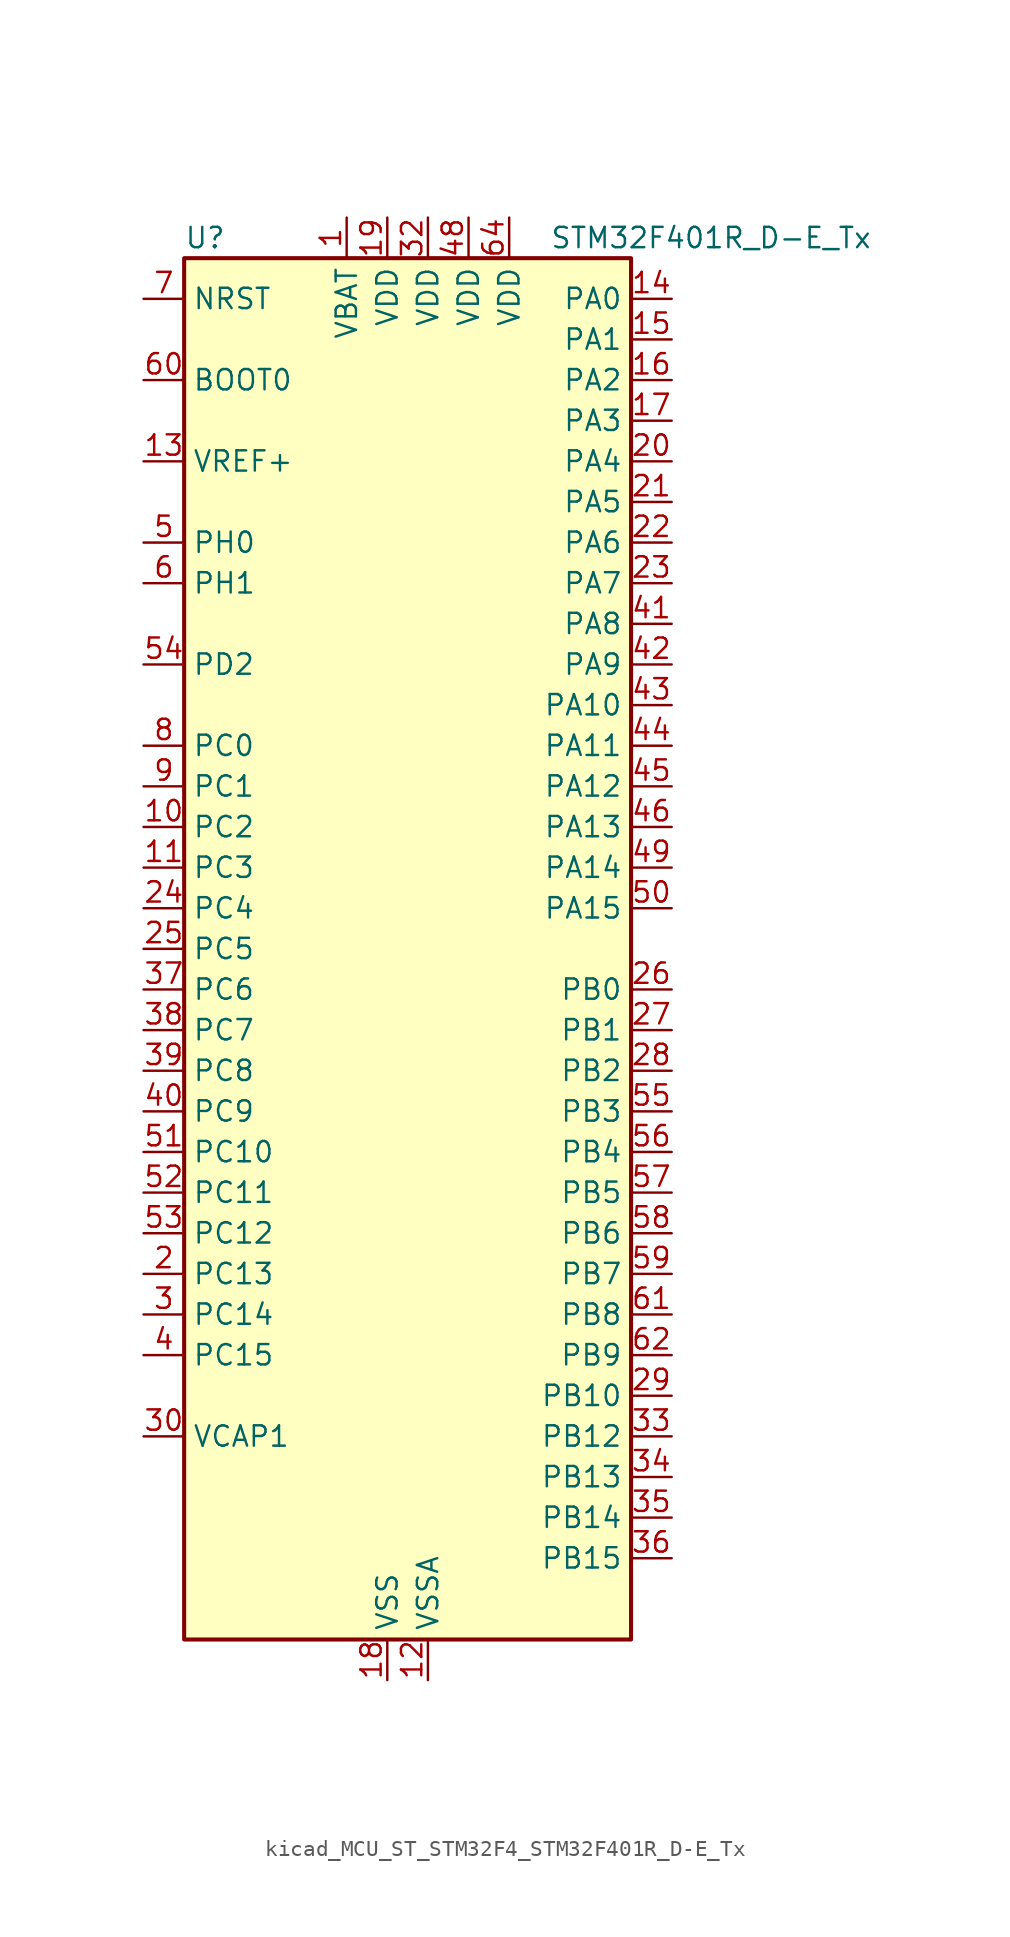
<source format=kicad_sym>
(kicad_symbol_lib
  (version 20220914)
  (generator kicad_symbol_editor)
  (symbol "kicad_MCU_ST_STM32F4_STM32F401R_D-E_Tx"
    (property "Reference" "U"
      (at -12.7 44.45 0)
      (effects (font (size 1.27 1.27)) (justify left)))
    (property "Value" "STM32F401R_D-E_Tx"
      (at 10.16 44.45 0)
      (effects (font (size 1.27 1.27)) (justify left)))
    (property "ki_locked" ""
      (at 0 0 0)
      (effects (font (size 1.27 1.27))))
    (symbol "kicad_MCU_ST_STM32F4_STM32F401R_D-E_Tx_0_1"
      (rectangle (start -12.7 -43.18) (end 15.24 43.18) (stroke (width 0.254) (type default)) (fill (type background))))
    (symbol "kicad_MCU_ST_STM32F4_STM32F401R_D-E_Tx_1_1"
      (pin power_in line (at -2.54 45.72 270) (length 2.54) (name "VBAT" (effects (font (size 1.27 1.27)))) (number "1" (effects (font (size 1.27 1.27)))))
      (pin bidirectional line (at -15.24 7.62 0) (length 2.54) (name "PC2" (effects (font (size 1.27 1.27)))) (number "10" (effects (font (size 1.27 1.27)))) (alternate "ADC1_IN12" bidirectional line) (alternate "I2S2_ext_SD" bidirectional line) (alternate "SPI2_MISO" bidirectional line))
      (pin bidirectional line (at -15.24 5.08 0) (length 2.54) (name "PC3" (effects (font (size 1.27 1.27)))) (number "11" (effects (font (size 1.27 1.27)))) (alternate "ADC1_IN13" bidirectional line) (alternate "I2S2_SD" bidirectional line) (alternate "SPI2_MOSI" bidirectional line))
      (pin power_in line (at 2.54 -45.72 90) (length 2.54) (name "VSSA" (effects (font (size 1.27 1.27)))) (number "12" (effects (font (size 1.27 1.27)))))
      (pin input line (at -15.24 30.48 0) (length 2.54) (name "VREF+" (effects (font (size 1.27 1.27)))) (number "13" (effects (font (size 1.27 1.27)))))
      (pin bidirectional line (at 17.78 40.64 180) (length 2.54) (name "PA0" (effects (font (size 1.27 1.27)))) (number "14" (effects (font (size 1.27 1.27)))) (alternate "ADC1_IN0" bidirectional line) (alternate "SYS_WKUP" bidirectional line) (alternate "TIM2_CH1" bidirectional line) (alternate "TIM2_ETR" bidirectional line) (alternate "TIM5_CH1" bidirectional line) (alternate "USART2_CTS" bidirectional line))
      (pin bidirectional line (at 17.78 38.1 180) (length 2.54) (name "PA1" (effects (font (size 1.27 1.27)))) (number "15" (effects (font (size 1.27 1.27)))) (alternate "ADC1_IN1" bidirectional line) (alternate "TIM2_CH2" bidirectional line) (alternate "TIM5_CH2" bidirectional line) (alternate "USART2_RTS" bidirectional line))
      (pin bidirectional line (at 17.78 35.56 180) (length 2.54) (name "PA2" (effects (font (size 1.27 1.27)))) (number "16" (effects (font (size 1.27 1.27)))) (alternate "ADC1_IN2" bidirectional line) (alternate "TIM2_CH3" bidirectional line) (alternate "TIM5_CH3" bidirectional line) (alternate "TIM9_CH1" bidirectional line) (alternate "USART2_TX" bidirectional line))
      (pin bidirectional line (at 17.78 33.02 180) (length 2.54) (name "PA3" (effects (font (size 1.27 1.27)))) (number "17" (effects (font (size 1.27 1.27)))) (alternate "ADC1_IN3" bidirectional line) (alternate "TIM2_CH4" bidirectional line) (alternate "TIM5_CH4" bidirectional line) (alternate "TIM9_CH2" bidirectional line) (alternate "USART2_RX" bidirectional line))
      (pin power_in line (at 0 -45.72 90) (length 2.54) (name "VSS" (effects (font (size 1.27 1.27)))) (number "18" (effects (font (size 1.27 1.27)))))
      (pin power_in line (at 0 45.72 270) (length 2.54) (name "VDD" (effects (font (size 1.27 1.27)))) (number "19" (effects (font (size 1.27 1.27)))))
      (pin bidirectional line (at -15.24 -20.32 0) (length 2.54) (name "PC13" (effects (font (size 1.27 1.27)))) (number "2" (effects (font (size 1.27 1.27)))) (alternate "RTC_AF1" bidirectional line))
      (pin bidirectional line (at 17.78 30.48 180) (length 2.54) (name "PA4" (effects (font (size 1.27 1.27)))) (number "20" (effects (font (size 1.27 1.27)))) (alternate "ADC1_IN4" bidirectional line) (alternate "I2S3_WS" bidirectional line) (alternate "SPI1_NSS" bidirectional line) (alternate "SPI3_NSS" bidirectional line) (alternate "USART2_CK" bidirectional line))
      (pin bidirectional line (at 17.78 27.94 180) (length 2.54) (name "PA5" (effects (font (size 1.27 1.27)))) (number "21" (effects (font (size 1.27 1.27)))) (alternate "ADC1_IN5" bidirectional line) (alternate "SPI1_SCK" bidirectional line) (alternate "TIM2_CH1" bidirectional line) (alternate "TIM2_ETR" bidirectional line))
      (pin bidirectional line (at 17.78 25.4 180) (length 2.54) (name "PA6" (effects (font (size 1.27 1.27)))) (number "22" (effects (font (size 1.27 1.27)))) (alternate "ADC1_IN6" bidirectional line) (alternate "SPI1_MISO" bidirectional line) (alternate "TIM1_BKIN" bidirectional line) (alternate "TIM3_CH1" bidirectional line))
      (pin bidirectional line (at 17.78 22.86 180) (length 2.54) (name "PA7" (effects (font (size 1.27 1.27)))) (number "23" (effects (font (size 1.27 1.27)))) (alternate "ADC1_IN7" bidirectional line) (alternate "SPI1_MOSI" bidirectional line) (alternate "TIM1_CH1N" bidirectional line) (alternate "TIM3_CH2" bidirectional line))
      (pin bidirectional line (at -15.24 2.54 0) (length 2.54) (name "PC4" (effects (font (size 1.27 1.27)))) (number "24" (effects (font (size 1.27 1.27)))) (alternate "ADC1_IN14" bidirectional line))
      (pin bidirectional line (at -15.24 0 0) (length 2.54) (name "PC5" (effects (font (size 1.27 1.27)))) (number "25" (effects (font (size 1.27 1.27)))) (alternate "ADC1_IN15" bidirectional line))
      (pin bidirectional line (at 17.78 -2.54 180) (length 2.54) (name "PB0" (effects (font (size 1.27 1.27)))) (number "26" (effects (font (size 1.27 1.27)))) (alternate "ADC1_IN8" bidirectional line) (alternate "TIM1_CH2N" bidirectional line) (alternate "TIM3_CH3" bidirectional line))
      (pin bidirectional line (at 17.78 -5.08 180) (length 2.54) (name "PB1" (effects (font (size 1.27 1.27)))) (number "27" (effects (font (size 1.27 1.27)))) (alternate "ADC1_IN9" bidirectional line) (alternate "TIM1_CH3N" bidirectional line) (alternate "TIM3_CH4" bidirectional line))
      (pin bidirectional line (at 17.78 -7.62 180) (length 2.54) (name "PB2" (effects (font (size 1.27 1.27)))) (number "28" (effects (font (size 1.27 1.27)))))
      (pin bidirectional line (at 17.78 -27.94 180) (length 2.54) (name "PB10" (effects (font (size 1.27 1.27)))) (number "29" (effects (font (size 1.27 1.27)))) (alternate "I2C2_SCL" bidirectional line) (alternate "I2S2_CK" bidirectional line) (alternate "SPI2_SCK" bidirectional line) (alternate "TIM2_CH3" bidirectional line))
      (pin bidirectional line (at -15.24 -22.86 0) (length 2.54) (name "PC14" (effects (font (size 1.27 1.27)))) (number "3" (effects (font (size 1.27 1.27)))) (alternate "RCC_OSC32_IN" bidirectional line))
      (pin power_out line (at -15.24 -30.48 0) (length 2.54) (name "VCAP1" (effects (font (size 1.27 1.27)))) (number "30" (effects (font (size 1.27 1.27)))))
      (pin passive line (at 0 -45.72 90) (length 2.54) hide (name "VSS" (effects (font (size 1.27 1.27)))) (number "31" (effects (font (size 1.27 1.27)))))
      (pin power_in line (at 2.54 45.72 270) (length 2.54) (name "VDD" (effects (font (size 1.27 1.27)))) (number "32" (effects (font (size 1.27 1.27)))))
      (pin bidirectional line (at 17.78 -30.48 180) (length 2.54) (name "PB12" (effects (font (size 1.27 1.27)))) (number "33" (effects (font (size 1.27 1.27)))) (alternate "I2C2_SMBA" bidirectional line) (alternate "I2S2_WS" bidirectional line) (alternate "SPI2_NSS" bidirectional line) (alternate "TIM1_BKIN" bidirectional line))
      (pin bidirectional line (at 17.78 -33.02 180) (length 2.54) (name "PB13" (effects (font (size 1.27 1.27)))) (number "34" (effects (font (size 1.27 1.27)))) (alternate "I2S2_CK" bidirectional line) (alternate "SPI2_SCK" bidirectional line) (alternate "TIM1_CH1N" bidirectional line))
      (pin bidirectional line (at 17.78 -35.56 180) (length 2.54) (name "PB14" (effects (font (size 1.27 1.27)))) (number "35" (effects (font (size 1.27 1.27)))) (alternate "I2S2_ext_SD" bidirectional line) (alternate "SPI2_MISO" bidirectional line) (alternate "TIM1_CH2N" bidirectional line))
      (pin bidirectional line (at 17.78 -38.1 180) (length 2.54) (name "PB15" (effects (font (size 1.27 1.27)))) (number "36" (effects (font (size 1.27 1.27)))) (alternate "ADC1_EXTI15" bidirectional line) (alternate "I2S2_SD" bidirectional line) (alternate "RTC_REFIN" bidirectional line) (alternate "SPI2_MOSI" bidirectional line) (alternate "TIM1_CH3N" bidirectional line))
      (pin bidirectional line (at -15.24 -2.54 0) (length 2.54) (name "PC6" (effects (font (size 1.27 1.27)))) (number "37" (effects (font (size 1.27 1.27)))) (alternate "I2S2_MCK" bidirectional line) (alternate "SDIO_D6" bidirectional line) (alternate "TIM3_CH1" bidirectional line) (alternate "USART6_TX" bidirectional line))
      (pin bidirectional line (at -15.24 -5.08 0) (length 2.54) (name "PC7" (effects (font (size 1.27 1.27)))) (number "38" (effects (font (size 1.27 1.27)))) (alternate "I2S3_MCK" bidirectional line) (alternate "SDIO_D7" bidirectional line) (alternate "TIM3_CH2" bidirectional line) (alternate "USART6_RX" bidirectional line))
      (pin bidirectional line (at -15.24 -7.62 0) (length 2.54) (name "PC8" (effects (font (size 1.27 1.27)))) (number "39" (effects (font (size 1.27 1.27)))) (alternate "SDIO_D0" bidirectional line) (alternate "TIM3_CH3" bidirectional line) (alternate "USART6_CK" bidirectional line))
      (pin bidirectional line (at -15.24 -25.4 0) (length 2.54) (name "PC15" (effects (font (size 1.27 1.27)))) (number "4" (effects (font (size 1.27 1.27)))) (alternate "ADC1_EXTI15" bidirectional line) (alternate "RCC_OSC32_OUT" bidirectional line))
      (pin bidirectional line (at -15.24 -10.16 0) (length 2.54) (name "PC9" (effects (font (size 1.27 1.27)))) (number "40" (effects (font (size 1.27 1.27)))) (alternate "I2C3_SDA" bidirectional line) (alternate "I2S_CKIN" bidirectional line) (alternate "RCC_MCO_2" bidirectional line) (alternate "SDIO_D1" bidirectional line) (alternate "TIM3_CH4" bidirectional line))
      (pin bidirectional line (at 17.78 20.32 180) (length 2.54) (name "PA8" (effects (font (size 1.27 1.27)))) (number "41" (effects (font (size 1.27 1.27)))) (alternate "I2C3_SCL" bidirectional line) (alternate "RCC_MCO_1" bidirectional line) (alternate "TIM1_CH1" bidirectional line) (alternate "USART1_CK" bidirectional line) (alternate "USB_OTG_FS_SOF" bidirectional line))
      (pin bidirectional line (at 17.78 17.78 180) (length 2.54) (name "PA9" (effects (font (size 1.27 1.27)))) (number "42" (effects (font (size 1.27 1.27)))) (alternate "I2C3_SMBA" bidirectional line) (alternate "TIM1_CH2" bidirectional line) (alternate "USART1_TX" bidirectional line) (alternate "USB_OTG_FS_VBUS" bidirectional line))
      (pin bidirectional line (at 17.78 15.24 180) (length 2.54) (name "PA10" (effects (font (size 1.27 1.27)))) (number "43" (effects (font (size 1.27 1.27)))) (alternate "TIM1_CH3" bidirectional line) (alternate "USART1_RX" bidirectional line) (alternate "USB_OTG_FS_ID" bidirectional line))
      (pin bidirectional line (at 17.78 12.7 180) (length 2.54) (name "PA11" (effects (font (size 1.27 1.27)))) (number "44" (effects (font (size 1.27 1.27)))) (alternate "ADC1_EXTI11" bidirectional line) (alternate "TIM1_CH4" bidirectional line) (alternate "USART1_CTS" bidirectional line) (alternate "USART6_TX" bidirectional line) (alternate "USB_OTG_FS_DM" bidirectional line))
      (pin bidirectional line (at 17.78 10.16 180) (length 2.54) (name "PA12" (effects (font (size 1.27 1.27)))) (number "45" (effects (font (size 1.27 1.27)))) (alternate "TIM1_ETR" bidirectional line) (alternate "USART1_RTS" bidirectional line) (alternate "USART6_RX" bidirectional line) (alternate "USB_OTG_FS_DP" bidirectional line))
      (pin bidirectional line (at 17.78 7.62 180) (length 2.54) (name "PA13" (effects (font (size 1.27 1.27)))) (number "46" (effects (font (size 1.27 1.27)))) (alternate "SYS_JTMS-SWDIO" bidirectional line))
      (pin passive line (at 0 -45.72 90) (length 2.54) hide (name "VSS" (effects (font (size 1.27 1.27)))) (number "47" (effects (font (size 1.27 1.27)))))
      (pin power_in line (at 5.08 45.72 270) (length 2.54) (name "VDD" (effects (font (size 1.27 1.27)))) (number "48" (effects (font (size 1.27 1.27)))))
      (pin bidirectional line (at 17.78 5.08 180) (length 2.54) (name "PA14" (effects (font (size 1.27 1.27)))) (number "49" (effects (font (size 1.27 1.27)))) (alternate "SYS_JTCK-SWCLK" bidirectional line))
      (pin bidirectional line (at -15.24 25.4 0) (length 2.54) (name "PH0" (effects (font (size 1.27 1.27)))) (number "5" (effects (font (size 1.27 1.27)))) (alternate "RCC_OSC_IN" bidirectional line))
      (pin bidirectional line (at 17.78 2.54 180) (length 2.54) (name "PA15" (effects (font (size 1.27 1.27)))) (number "50" (effects (font (size 1.27 1.27)))) (alternate "ADC1_EXTI15" bidirectional line) (alternate "I2S3_WS" bidirectional line) (alternate "SPI1_NSS" bidirectional line) (alternate "SPI3_NSS" bidirectional line) (alternate "SYS_JTDI" bidirectional line) (alternate "TIM2_CH1" bidirectional line) (alternate "TIM2_ETR" bidirectional line))
      (pin bidirectional line (at -15.24 -12.7 0) (length 2.54) (name "PC10" (effects (font (size 1.27 1.27)))) (number "51" (effects (font (size 1.27 1.27)))) (alternate "I2S3_CK" bidirectional line) (alternate "SDIO_D2" bidirectional line) (alternate "SPI3_SCK" bidirectional line))
      (pin bidirectional line (at -15.24 -15.24 0) (length 2.54) (name "PC11" (effects (font (size 1.27 1.27)))) (number "52" (effects (font (size 1.27 1.27)))) (alternate "ADC1_EXTI11" bidirectional line) (alternate "I2S3_ext_SD" bidirectional line) (alternate "SDIO_D3" bidirectional line) (alternate "SPI3_MISO" bidirectional line))
      (pin bidirectional line (at -15.24 -17.78 0) (length 2.54) (name "PC12" (effects (font (size 1.27 1.27)))) (number "53" (effects (font (size 1.27 1.27)))) (alternate "I2S3_SD" bidirectional line) (alternate "SDIO_CK" bidirectional line) (alternate "SPI3_MOSI" bidirectional line))
      (pin bidirectional line (at -15.24 17.78 0) (length 2.54) (name "PD2" (effects (font (size 1.27 1.27)))) (number "54" (effects (font (size 1.27 1.27)))) (alternate "SDIO_CMD" bidirectional line) (alternate "TIM3_ETR" bidirectional line))
      (pin bidirectional line (at 17.78 -10.16 180) (length 2.54) (name "PB3" (effects (font (size 1.27 1.27)))) (number "55" (effects (font (size 1.27 1.27)))) (alternate "I2C2_SDA" bidirectional line) (alternate "I2S3_CK" bidirectional line) (alternate "SPI1_SCK" bidirectional line) (alternate "SPI3_SCK" bidirectional line) (alternate "SYS_JTDO-SWO" bidirectional line) (alternate "TIM2_CH2" bidirectional line))
      (pin bidirectional line (at 17.78 -12.7 180) (length 2.54) (name "PB4" (effects (font (size 1.27 1.27)))) (number "56" (effects (font (size 1.27 1.27)))) (alternate "I2C3_SDA" bidirectional line) (alternate "I2S3_ext_SD" bidirectional line) (alternate "SPI1_MISO" bidirectional line) (alternate "SPI3_MISO" bidirectional line) (alternate "SYS_JTRST" bidirectional line) (alternate "TIM3_CH1" bidirectional line))
      (pin bidirectional line (at 17.78 -15.24 180) (length 2.54) (name "PB5" (effects (font (size 1.27 1.27)))) (number "57" (effects (font (size 1.27 1.27)))) (alternate "I2C1_SMBA" bidirectional line) (alternate "I2S3_SD" bidirectional line) (alternate "SPI1_MOSI" bidirectional line) (alternate "SPI3_MOSI" bidirectional line) (alternate "TIM3_CH2" bidirectional line))
      (pin bidirectional line (at 17.78 -17.78 180) (length 2.54) (name "PB6" (effects (font (size 1.27 1.27)))) (number "58" (effects (font (size 1.27 1.27)))) (alternate "I2C1_SCL" bidirectional line) (alternate "TIM4_CH1" bidirectional line) (alternate "USART1_TX" bidirectional line))
      (pin bidirectional line (at 17.78 -20.32 180) (length 2.54) (name "PB7" (effects (font (size 1.27 1.27)))) (number "59" (effects (font (size 1.27 1.27)))) (alternate "I2C1_SDA" bidirectional line) (alternate "TIM4_CH2" bidirectional line) (alternate "USART1_RX" bidirectional line))
      (pin bidirectional line (at -15.24 22.86 0) (length 2.54) (name "PH1" (effects (font (size 1.27 1.27)))) (number "6" (effects (font (size 1.27 1.27)))) (alternate "RCC_OSC_OUT" bidirectional line))
      (pin input line (at -15.24 35.56 0) (length 2.54) (name "BOOT0" (effects (font (size 1.27 1.27)))) (number "60" (effects (font (size 1.27 1.27)))))
      (pin bidirectional line (at 17.78 -22.86 180) (length 2.54) (name "PB8" (effects (font (size 1.27 1.27)))) (number "61" (effects (font (size 1.27 1.27)))) (alternate "I2C1_SCL" bidirectional line) (alternate "SDIO_D4" bidirectional line) (alternate "TIM10_CH1" bidirectional line) (alternate "TIM4_CH3" bidirectional line))
      (pin bidirectional line (at 17.78 -25.4 180) (length 2.54) (name "PB9" (effects (font (size 1.27 1.27)))) (number "62" (effects (font (size 1.27 1.27)))) (alternate "I2C1_SDA" bidirectional line) (alternate "I2S2_WS" bidirectional line) (alternate "SDIO_D5" bidirectional line) (alternate "SPI2_NSS" bidirectional line) (alternate "TIM11_CH1" bidirectional line) (alternate "TIM4_CH4" bidirectional line))
      (pin passive line (at 0 -45.72 90) (length 2.54) hide (name "VSS" (effects (font (size 1.27 1.27)))) (number "63" (effects (font (size 1.27 1.27)))))
      (pin power_in line (at 7.62 45.72 270) (length 2.54) (name "VDD" (effects (font (size 1.27 1.27)))) (number "64" (effects (font (size 1.27 1.27)))))
      (pin input line (at -15.24 40.64 0) (length 2.54) (name "NRST" (effects (font (size 1.27 1.27)))) (number "7" (effects (font (size 1.27 1.27)))))
      (pin bidirectional line (at -15.24 12.7 0) (length 2.54) (name "PC0" (effects (font (size 1.27 1.27)))) (number "8" (effects (font (size 1.27 1.27)))) (alternate "ADC1_IN10" bidirectional line))
      (pin bidirectional line (at -15.24 10.16 0) (length 2.54) (name "PC1" (effects (font (size 1.27 1.27)))) (number "9" (effects (font (size 1.27 1.27)))) (alternate "ADC1_IN11" bidirectional line)))))
</source>
